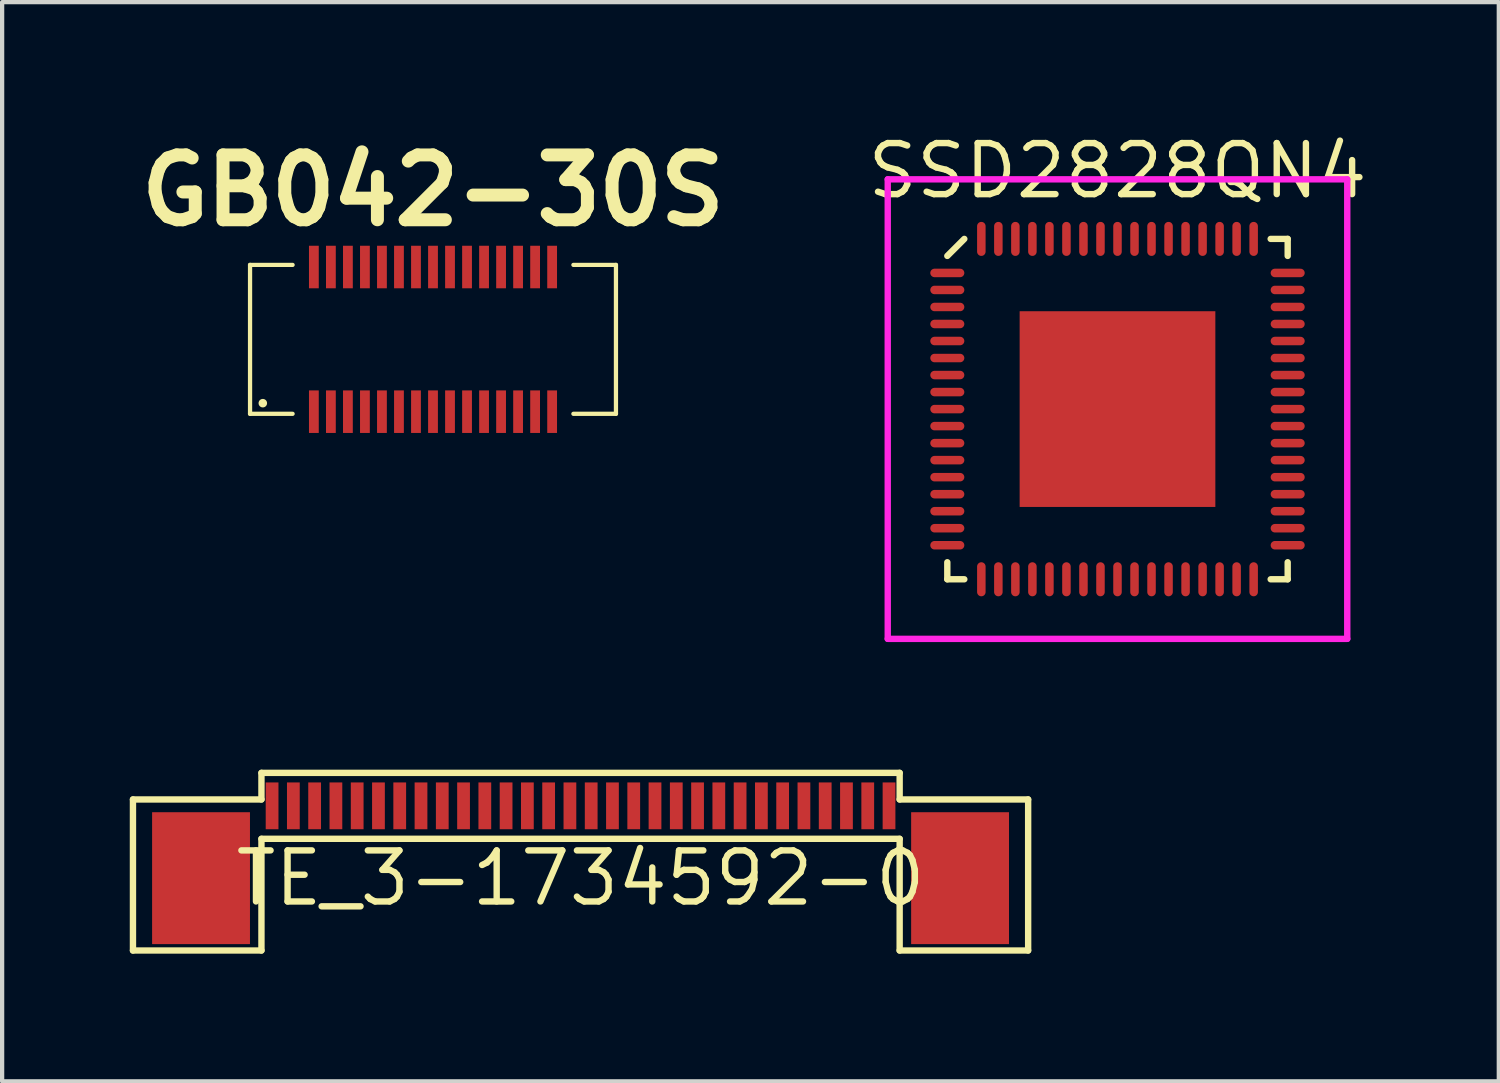
<source format=kicad_pcb>
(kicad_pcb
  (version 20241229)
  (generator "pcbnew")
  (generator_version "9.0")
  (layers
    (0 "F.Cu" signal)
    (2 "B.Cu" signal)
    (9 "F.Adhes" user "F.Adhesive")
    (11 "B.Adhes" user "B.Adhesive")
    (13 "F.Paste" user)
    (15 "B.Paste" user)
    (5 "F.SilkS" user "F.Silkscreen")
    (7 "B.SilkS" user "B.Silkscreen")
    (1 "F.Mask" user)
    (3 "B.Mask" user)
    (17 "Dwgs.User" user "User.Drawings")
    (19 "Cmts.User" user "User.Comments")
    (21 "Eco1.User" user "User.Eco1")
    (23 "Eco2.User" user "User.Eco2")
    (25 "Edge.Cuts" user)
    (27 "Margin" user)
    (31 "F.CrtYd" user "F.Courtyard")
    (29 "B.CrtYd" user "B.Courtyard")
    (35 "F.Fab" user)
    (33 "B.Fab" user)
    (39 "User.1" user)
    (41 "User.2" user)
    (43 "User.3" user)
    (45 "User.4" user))
  (footprint "GB042-30S"
    (layer "F.Cu")
    (at 7.127 4.926)
    (property "Reference" "GB042-30S" (at 0 -3.5 0) (layer "F.SilkS") (effects (font (size 1.524 1.524) (thickness 0.305))))
    (attr through_hole)
    (fp_line (start -4.3 -1.75) (end -4.3 1.75) (stroke (width 0.1) (type solid)) (layer "F.SilkS"))
    (fp_line (start -4.3 -1.75) (end -3.3 -1.75) (stroke (width 0.1) (type solid)) (layer "F.SilkS"))
    (fp_line (start -4.3 1.75) (end -3.3 1.75) (stroke (width 0.1) (type solid)) (layer "F.SilkS"))
    (fp_line (start -4 1.5) (end -4 1.5) (stroke (width 0.2) (type solid)) (layer "F.SilkS"))
    (fp_line (start 3.3 -1.75) (end 4.3 -1.75) (stroke (width 0.1) (type solid)) (layer "F.SilkS"))
    (fp_line (start 3.3 1.75) (end 4.3 1.75) (stroke (width 0.1) (type solid)) (layer "F.SilkS"))
    (fp_line (start 4.3 -1.75) (end 4.3 1.75) (stroke (width 0.1) (type solid)) (layer "F.SilkS"))
    (pad "1" smd rect (at -2.8 1.7 180) (size 0.23 1) (layers "F.Cu" "F.Mask" "F.Paste"))
    (pad "2" smd rect (at -2.4 1.7 180) (size 0.23 1) (layers "F.Cu" "F.Mask" "F.Paste"))
    (pad "3" smd rect (at -2 1.7 180) (size 0.23 1) (layers "F.Cu" "F.Mask" "F.Paste"))
    (pad "4" smd rect (at -1.6 1.7 180) (size 0.23 1) (layers "F.Cu" "F.Mask" "F.Paste"))
    (pad "5" smd rect (at -1.2 1.7 180) (size 0.23 1) (layers "F.Cu" "F.Mask" "F.Paste"))
    (pad "6" smd rect (at -0.8 1.7 180) (size 0.23 1) (layers "F.Cu" "F.Mask" "F.Paste"))
    (pad "7" smd rect (at -0.4 1.7 180) (size 0.23 1) (layers "F.Cu" "F.Mask" "F.Paste"))
    (pad "8" smd rect (at 0 1.7 180) (size 0.23 1) (layers "F.Cu" "F.Mask" "F.Paste"))
    (pad "9" smd rect (at 0.4 1.7 180) (size 0.23 1) (layers "F.Cu" "F.Mask" "F.Paste"))
    (pad "10" smd rect (at 0.8 1.7 180) (size 0.23 1) (layers "F.Cu" "F.Mask" "F.Paste"))
    (pad "11" smd rect (at 1.2 1.7 180) (size 0.23 1) (layers "F.Cu" "F.Mask" "F.Paste"))
    (pad "12" smd rect (at 1.6 1.7 180) (size 0.23 1) (layers "F.Cu" "F.Mask" "F.Paste"))
    (pad "13" smd rect (at 2 1.7 180) (size 0.23 1) (layers "F.Cu" "F.Mask" "F.Paste"))
    (pad "14" smd rect (at 2.4 1.7 180) (size 0.23 1) (layers "F.Cu" "F.Mask" "F.Paste"))
    (pad "15" smd rect (at 2.8 1.7 180) (size 0.23 1) (layers "F.Cu" "F.Mask" "F.Paste"))
    (pad "16" smd rect (at 2.8 -1.7) (size 0.23 1) (layers "F.Cu" "F.Mask" "F.Paste"))
    (pad "17" smd rect (at 2.4 -1.7) (size 0.23 1) (layers "F.Cu" "F.Mask" "F.Paste"))
    (pad "18" smd rect (at 2 -1.7) (size 0.23 1) (layers "F.Cu" "F.Mask" "F.Paste"))
    (pad "19" smd rect (at 1.6 -1.7) (size 0.23 1) (layers "F.Cu" "F.Mask" "F.Paste"))
    (pad "20" smd rect (at 1.2 -1.7) (size 0.23 1) (layers "F.Cu" "F.Mask" "F.Paste"))
    (pad "21" smd rect (at 0.8 -1.7) (size 0.23 1) (layers "F.Cu" "F.Mask" "F.Paste"))
    (pad "22" smd rect (at 0.4 -1.7) (size 0.23 1) (layers "F.Cu" "F.Mask" "F.Paste"))
    (pad "23" smd rect (at 0 -1.7) (size 0.23 1) (layers "F.Cu" "F.Mask" "F.Paste"))
    (pad "24" smd rect (at -0.4 -1.7) (size 0.23 1) (layers "F.Cu" "F.Mask" "F.Paste"))
    (pad "25" smd rect (at -0.8 -1.7) (size 0.23 1) (layers "F.Cu" "F.Mask" "F.Paste"))
    (pad "26" smd rect (at -1.2 -1.7) (size 0.23 1) (layers "F.Cu" "F.Mask" "F.Paste"))
    (pad "27" smd rect (at -1.6 -1.7) (size 0.23 1) (layers "F.Cu" "F.Mask" "F.Paste"))
    (pad "28" smd rect (at -2 -1.7) (size 0.23 1) (layers "F.Cu" "F.Mask" "F.Paste"))
    (pad "29" smd rect (at -2.4 -1.7) (size 0.23 1) (layers "F.Cu" "F.Mask" "F.Paste"))
    (pad "30" smd rect (at -2.8 -1.7) (size 0.23 1) (layers "F.Cu" "F.Mask" "F.Paste")))
  (footprint "SSD2828QN4"
    (layer "F.Cu")
    (at 23.215 6.565)
    (property "Reference" "SSD2828QN4" (at 0 -5.6 0) (layer "F.SilkS") (effects (font (size 1.2 1.2) (thickness 0.15))))
    (attr through_hole)
    (fp_line (start -4 -3.6) (end -3.6 -4) (stroke (width 0.15) (type solid)) (layer "F.SilkS"))
    (fp_line (start -4 4) (end -4 3.6) (stroke (width 0.15) (type solid)) (layer "F.SilkS"))
    (fp_line (start -3.6 4) (end -4 4) (stroke (width 0.15) (type solid)) (layer "F.SilkS"))
    (fp_line (start 3.6 -4) (end 4 -4) (stroke (width 0.15) (type solid)) (layer "F.SilkS"))
    (fp_line (start 3.6 4) (end 4 4) (stroke (width 0.15) (type solid)) (layer "F.SilkS"))
    (fp_line (start 4 -4) (end 4 -3.6) (stroke (width 0.15) (type solid)) (layer "F.SilkS"))
    (fp_line (start 4 4) (end 4 3.6) (stroke (width 0.15) (type solid)) (layer "F.SilkS"))
    (fp_line (start -5.4 -5.4) (end 5.4 -5.4) (stroke (width 0.15) (type solid)) (layer "F.CrtYd"))
    (fp_line (start -5.4 5.4) (end -5.4 -5.4) (stroke (width 0.15) (type solid)) (layer "F.CrtYd"))
    (fp_line (start 5.4 -5.4) (end 5.4 5.4) (stroke (width 0.15) (type solid)) (layer "F.CrtYd"))
    (fp_line (start 5.4 5.4) (end -5.4 5.4) (stroke (width 0.15) (type solid)) (layer "F.CrtYd"))
    (pad "" smd rect (at 0 0) (size 4.6 4.6) (layers "F.Cu" "F.Mask" "F.Paste"))
    (pad "1" smd oval (at -4 -3.2 90) (size 0.2 0.8) (layers "F.Cu" "F.Mask" "F.Paste"))
    (pad "2" smd oval (at -4 -2.8 90) (size 0.2 0.8) (layers "F.Cu" "F.Mask" "F.Paste"))
    (pad "3" smd oval (at -4 -2.4 90) (size 0.2 0.8) (layers "F.Cu" "F.Mask" "F.Paste"))
    (pad "4" smd oval (at -4 -2 90) (size 0.2 0.8) (layers "F.Cu" "F.Mask" "F.Paste"))
    (pad "5" smd oval (at -4 -1.6 90) (size 0.2 0.8) (layers "F.Cu" "F.Mask" "F.Paste"))
    (pad "6" smd oval (at -4 -1.2 90) (size 0.2 0.8) (layers "F.Cu" "F.Mask" "F.Paste"))
    (pad "7" smd oval (at -4 -0.8 90) (size 0.2 0.8) (layers "F.Cu" "F.Mask" "F.Paste"))
    (pad "8" smd oval (at -4 -0.4 90) (size 0.2 0.8) (layers "F.Cu" "F.Mask" "F.Paste"))
    (pad "9" smd oval (at -4 0 90) (size 0.2 0.8) (layers "F.Cu" "F.Mask" "F.Paste"))
    (pad "10" smd oval (at -4 0.4 90) (size 0.2 0.8) (layers "F.Cu" "F.Mask" "F.Paste"))
    (pad "11" smd oval (at -4 0.8 90) (size 0.2 0.8) (layers "F.Cu" "F.Mask" "F.Paste"))
    (pad "12" smd oval (at -4 1.2 90) (size 0.2 0.8) (layers "F.Cu" "F.Mask" "F.Paste"))
    (pad "13" smd oval (at -4 1.6 90) (size 0.2 0.8) (layers "F.Cu" "F.Mask" "F.Paste"))
    (pad "14" smd oval (at -4 2 90) (size 0.2 0.8) (layers "F.Cu" "F.Mask" "F.Paste"))
    (pad "15" smd oval (at -4 2.4 90) (size 0.2 0.8) (layers "F.Cu" "F.Mask" "F.Paste"))
    (pad "16" smd oval (at -4 2.8 90) (size 0.2 0.8) (layers "F.Cu" "F.Mask" "F.Paste"))
    (pad "17" smd oval (at -4 3.2 90) (size 0.2 0.8) (layers "F.Cu" "F.Mask" "F.Paste"))
    (pad "18" smd oval (at -3.2 4) (size 0.2 0.8) (layers "F.Cu" "F.Mask" "F.Paste"))
    (pad "19" smd oval (at -2.8 4) (size 0.2 0.8) (layers "F.Cu" "F.Mask" "F.Paste"))
    (pad "20" smd oval (at -2.4 4) (size 0.2 0.8) (layers "F.Cu" "F.Mask" "F.Paste"))
    (pad "21" smd oval (at -2 4) (size 0.2 0.8) (layers "F.Cu" "F.Mask" "F.Paste"))
    (pad "22" smd oval (at -1.6 4) (size 0.2 0.8) (layers "F.Cu" "F.Mask" "F.Paste"))
    (pad "23" smd oval (at -1.2 4) (size 0.2 0.8) (layers "F.Cu" "F.Mask" "F.Paste"))
    (pad "24" smd oval (at -0.8 4) (size 0.2 0.8) (layers "F.Cu" "F.Mask" "F.Paste"))
    (pad "25" smd oval (at -0.4 4) (size 0.2 0.8) (layers "F.Cu" "F.Mask" "F.Paste"))
    (pad "26" smd oval (at 0 4) (size 0.2 0.8) (layers "F.Cu" "F.Mask" "F.Paste"))
    (pad "27" smd oval (at 0.4 4) (size 0.2 0.8) (layers "F.Cu" "F.Mask" "F.Paste"))
    (pad "28" smd oval (at 0.8 4) (size 0.2 0.8) (layers "F.Cu" "F.Mask" "F.Paste"))
    (pad "29" smd oval (at 1.2 4) (size 0.2 0.8) (layers "F.Cu" "F.Mask" "F.Paste"))
    (pad "30" smd oval (at 1.6 4) (size 0.2 0.8) (layers "F.Cu" "F.Mask" "F.Paste"))
    (pad "31" smd oval (at 2 4) (size 0.2 0.8) (layers "F.Cu" "F.Mask" "F.Paste"))
    (pad "32" smd oval (at 2.4 4) (size 0.2 0.8) (layers "F.Cu" "F.Mask" "F.Paste"))
    (pad "33" smd oval (at 2.8 4) (size 0.2 0.8) (layers "F.Cu" "F.Mask" "F.Paste"))
    (pad "34" smd oval (at 3.2 4) (size 0.2 0.8) (layers "F.Cu" "F.Mask" "F.Paste"))
    (pad "35" smd oval (at 4 3.2 90) (size 0.2 0.8) (layers "F.Cu" "F.Mask" "F.Paste"))
    (pad "36" smd oval (at 4 2.8 90) (size 0.2 0.8) (layers "F.Cu" "F.Mask" "F.Paste"))
    (pad "37" smd oval (at 4 2.4 90) (size 0.2 0.8) (layers "F.Cu" "F.Mask" "F.Paste"))
    (pad "38" smd oval (at 4 2 90) (size 0.2 0.8) (layers "F.Cu" "F.Mask" "F.Paste"))
    (pad "39" smd oval (at 4 1.6 90) (size 0.2 0.8) (layers "F.Cu" "F.Mask" "F.Paste"))
    (pad "40" smd oval (at 4 1.2 90) (size 0.2 0.8) (layers "F.Cu" "F.Mask" "F.Paste"))
    (pad "41" smd oval (at 4 0.8 90) (size 0.2 0.8) (layers "F.Cu" "F.Mask" "F.Paste"))
    (pad "42" smd oval (at 4 0.4 90) (size 0.2 0.8) (layers "F.Cu" "F.Mask" "F.Paste"))
    (pad "43" smd oval (at 4 0 90) (size 0.2 0.8) (layers "F.Cu" "F.Mask" "F.Paste"))
    (pad "44" smd oval (at 4 -0.4 90) (size 0.2 0.8) (layers "F.Cu" "F.Mask" "F.Paste"))
    (pad "45" smd oval (at 4 -0.8 90) (size 0.2 0.8) (layers "F.Cu" "F.Mask" "F.Paste"))
    (pad "46" smd oval (at 4 -1.2 90) (size 0.2 0.8) (layers "F.Cu" "F.Mask" "F.Paste"))
    (pad "47" smd oval (at 4 -1.6 90) (size 0.2 0.8) (layers "F.Cu" "F.Mask" "F.Paste"))
    (pad "48" smd oval (at 4 -2 90) (size 0.2 0.8) (layers "F.Cu" "F.Mask" "F.Paste"))
    (pad "49" smd oval (at 4 -2.4 90) (size 0.2 0.8) (layers "F.Cu" "F.Mask" "F.Paste"))
    (pad "50" smd oval (at 4 -2.8 90) (size 0.2 0.8) (layers "F.Cu" "F.Mask" "F.Paste"))
    (pad "51" smd oval (at 4 -3.2 90) (size 0.2 0.8) (layers "F.Cu" "F.Mask" "F.Paste"))
    (pad "52" smd oval (at 3.2 -4) (size 0.2 0.8) (layers "F.Cu" "F.Mask" "F.Paste"))
    (pad "53" smd oval (at 2.8 -4) (size 0.2 0.8) (layers "F.Cu" "F.Mask" "F.Paste"))
    (pad "54" smd oval (at 2.4 -4) (size 0.2 0.8) (layers "F.Cu" "F.Mask" "F.Paste"))
    (pad "55" smd oval (at 2 -4) (size 0.2 0.8) (layers "F.Cu" "F.Mask" "F.Paste"))
    (pad "56" smd oval (at 1.6 -4) (size 0.2 0.8) (layers "F.Cu" "F.Mask" "F.Paste"))
    (pad "57" smd oval (at 1.2 -4) (size 0.2 0.8) (layers "F.Cu" "F.Mask" "F.Paste"))
    (pad "58" smd oval (at 0.8 -4) (size 0.2 0.8) (layers "F.Cu" "F.Mask" "F.Paste"))
    (pad "59" smd oval (at 0.4 -4) (size 0.2 0.8) (layers "F.Cu" "F.Mask" "F.Paste"))
    (pad "60" smd oval (at 0 -4) (size 0.2 0.8) (layers "F.Cu" "F.Mask" "F.Paste"))
    (pad "61" smd oval (at -0.4 -4) (size 0.2 0.8) (layers "F.Cu" "F.Mask" "F.Paste"))
    (pad "62" smd oval (at -0.8 -4) (size 0.2 0.8) (layers "F.Cu" "F.Mask" "F.Paste"))
    (pad "63" smd oval (at -1.2 -4) (size 0.2 0.8) (layers "F.Cu" "F.Mask" "F.Paste"))
    (pad "64" smd oval (at -1.6 -4) (size 0.2 0.8) (layers "F.Cu" "F.Mask" "F.Paste"))
    (pad "65" smd oval (at -2 -4) (size 0.2 0.8) (layers "F.Cu" "F.Mask" "F.Paste"))
    (pad "66" smd oval (at -2.4 -4) (size 0.2 0.8) (layers "F.Cu" "F.Mask" "F.Paste"))
    (pad "67" smd oval (at -2.8 -4) (size 0.2 0.8) (layers "F.Cu" "F.Mask" "F.Paste"))
    (pad "68" smd oval (at -3.2 -4) (size 0.2 0.8) (layers "F.Cu" "F.Mask" "F.Paste")))
  (footprint "TE_3-1734592-0"
    (layer "F.Cu")
    (at 10.595 15.89)
    (property "Reference" "TE_3-1734592-0" (at 0 1.7 0) (layer "F.SilkS") (effects (font (size 1.2 1.2) (thickness 0.15))))
    (attr through_hole)
    (fp_line (start -10.52 -0.15) (end -7.5 -0.15) (stroke (width 0.15) (type solid)) (layer "F.SilkS"))
    (fp_line (start -10.52 3.4) (end -10.52 -0.15) (stroke (width 0.15) (type solid)) (layer "F.SilkS"))
    (fp_line (start -7.5 -0.775) (end 7.5 -0.775) (stroke (width 0.15) (type solid)) (layer "F.SilkS"))
    (fp_line (start -7.5 -0.15) (end -7.5 -0.775) (stroke (width 0.15) (type solid)) (layer "F.SilkS"))
    (fp_line (start -7.5 0.775) (end -7.5 3.4) (stroke (width 0.15) (type solid)) (layer "F.SilkS"))
    (fp_line (start -7.5 0.775) (end 7.5 0.775) (stroke (width 0.15) (type solid)) (layer "F.SilkS"))
    (fp_line (start -7.5 3.4) (end -10.52 3.4) (stroke (width 0.15) (type solid)) (layer "F.SilkS"))
    (fp_line (start 7.5 -0.15) (end 7.5 -0.775) (stroke (width 0.15) (type solid)) (layer "F.SilkS"))
    (fp_line (start 7.5 0.775) (end 7.5 3.4) (stroke (width 0.15) (type solid)) (layer "F.SilkS"))
    (fp_line (start 7.5 3.4) (end 10.52 3.4) (stroke (width 0.15) (type solid)) (layer "F.SilkS"))
    (fp_line (start 10.52 -0.15) (end 7.5 -0.15) (stroke (width 0.15) (type solid)) (layer "F.SilkS"))
    (fp_line (start 10.52 3.4) (end 10.52 -0.15) (stroke (width 0.15) (type solid)) (layer "F.SilkS"))
    (pad "0" smd rect (at -8.92 1.7) (size 2.3 3.1) (layers "F.Cu" "F.Mask" "F.Paste"))
    (pad "0" smd rect (at 8.92 1.7) (size 2.3 3.1) (layers "F.Cu" "F.Mask" "F.Paste"))
    (pad "1" smd rect (at -7.25 0) (size 0.3 1.1) (layers "F.Cu" "F.Mask" "F.Paste"))
    (pad "2" smd rect (at -6.75 0) (size 0.3 1.1) (layers "F.Cu" "F.Mask" "F.Paste"))
    (pad "3" smd rect (at -6.25 0) (size 0.3 1.1) (layers "F.Cu" "F.Mask" "F.Paste"))
    (pad "4" smd rect (at -5.75 0) (size 0.3 1.1) (layers "F.Cu" "F.Mask" "F.Paste"))
    (pad "5" smd rect (at -5.25 0) (size 0.3 1.1) (layers "F.Cu" "F.Mask" "F.Paste"))
    (pad "6" smd rect (at -4.75 0) (size 0.3 1.1) (layers "F.Cu" "F.Mask" "F.Paste"))
    (pad "7" smd rect (at -4.25 0) (size 0.3 1.1) (layers "F.Cu" "F.Mask" "F.Paste"))
    (pad "8" smd rect (at -3.75 0) (size 0.3 1.1) (layers "F.Cu" "F.Mask" "F.Paste"))
    (pad "9" smd rect (at -3.25 0) (size 0.3 1.1) (layers "F.Cu" "F.Mask" "F.Paste"))
    (pad "10" smd rect (at -2.75 0) (size 0.3 1.1) (layers "F.Cu" "F.Mask" "F.Paste"))
    (pad "11" smd rect (at -2.25 0) (size 0.3 1.1) (layers "F.Cu" "F.Mask" "F.Paste"))
    (pad "12" smd rect (at -1.75 0) (size 0.3 1.1) (layers "F.Cu" "F.Mask" "F.Paste"))
    (pad "13" smd rect (at -1.25 0) (size 0.3 1.1) (layers "F.Cu" "F.Mask" "F.Paste"))
    (pad "14" smd rect (at -0.75 0) (size 0.3 1.1) (layers "F.Cu" "F.Mask" "F.Paste"))
    (pad "15" smd rect (at -0.25 0) (size 0.3 1.1) (layers "F.Cu" "F.Mask" "F.Paste"))
    (pad "16" smd rect (at 0.25 0) (size 0.3 1.1) (layers "F.Cu" "F.Mask" "F.Paste"))
    (pad "17" smd rect (at 0.75 0) (size 0.3 1.1) (layers "F.Cu" "F.Mask" "F.Paste"))
    (pad "18" smd rect (at 1.25 0) (size 0.3 1.1) (layers "F.Cu" "F.Mask" "F.Paste"))
    (pad "19" smd rect (at 1.75 0) (size 0.3 1.1) (layers "F.Cu" "F.Mask" "F.Paste"))
    (pad "20" smd rect (at 2.25 0) (size 0.3 1.1) (layers "F.Cu" "F.Mask" "F.Paste"))
    (pad "21" smd rect (at 2.75 0) (size 0.3 1.1) (layers "F.Cu" "F.Mask" "F.Paste"))
    (pad "22" smd rect (at 3.25 0) (size 0.3 1.1) (layers "F.Cu" "F.Mask" "F.Paste"))
    (pad "23" smd rect (at 3.75 0) (size 0.3 1.1) (layers "F.Cu" "F.Mask" "F.Paste"))
    (pad "24" smd rect (at 4.25 0) (size 0.3 1.1) (layers "F.Cu" "F.Mask" "F.Paste"))
    (pad "25" smd rect (at 4.75 0) (size 0.3 1.1) (layers "F.Cu" "F.Mask" "F.Paste"))
    (pad "26" smd rect (at 5.25 0) (size 0.3 1.1) (layers "F.Cu" "F.Mask" "F.Paste"))
    (pad "27" smd rect (at 5.75 0) (size 0.3 1.1) (layers "F.Cu" "F.Mask" "F.Paste"))
    (pad "28" smd rect (at 6.25 0) (size 0.3 1.1) (layers "F.Cu" "F.Mask" "F.Paste"))
    (pad "29" smd rect (at 6.75 0) (size 0.3 1.1) (layers "F.Cu" "F.Mask" "F.Paste"))
    (pad "30" smd rect (at 7.25 0) (size 0.3 1.1) (layers "F.Cu" "F.Mask" "F.Paste")))
  (gr_rect
    (start -3 -3)
    (end 32.177 22.365)
    (stroke (width 0.1) (type default))
    (fill no)
    (layer "Edge.Cuts")))
</source>
